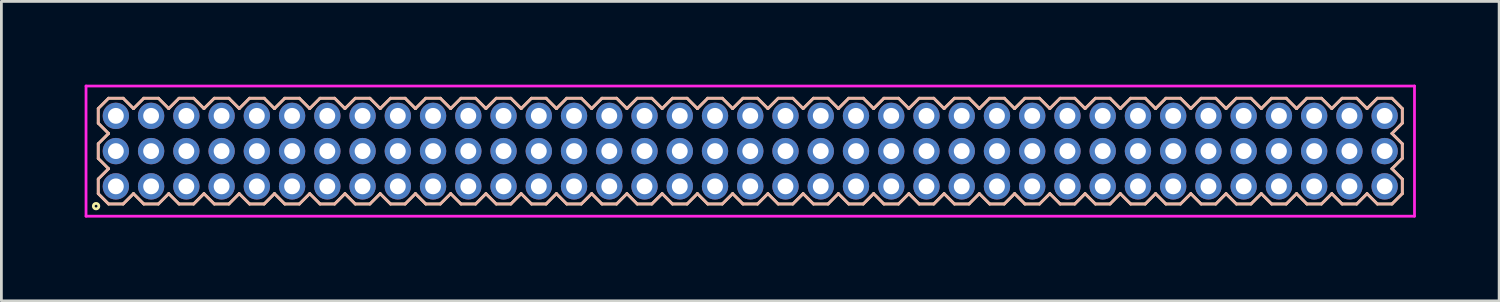
<source format=kicad_pcb>
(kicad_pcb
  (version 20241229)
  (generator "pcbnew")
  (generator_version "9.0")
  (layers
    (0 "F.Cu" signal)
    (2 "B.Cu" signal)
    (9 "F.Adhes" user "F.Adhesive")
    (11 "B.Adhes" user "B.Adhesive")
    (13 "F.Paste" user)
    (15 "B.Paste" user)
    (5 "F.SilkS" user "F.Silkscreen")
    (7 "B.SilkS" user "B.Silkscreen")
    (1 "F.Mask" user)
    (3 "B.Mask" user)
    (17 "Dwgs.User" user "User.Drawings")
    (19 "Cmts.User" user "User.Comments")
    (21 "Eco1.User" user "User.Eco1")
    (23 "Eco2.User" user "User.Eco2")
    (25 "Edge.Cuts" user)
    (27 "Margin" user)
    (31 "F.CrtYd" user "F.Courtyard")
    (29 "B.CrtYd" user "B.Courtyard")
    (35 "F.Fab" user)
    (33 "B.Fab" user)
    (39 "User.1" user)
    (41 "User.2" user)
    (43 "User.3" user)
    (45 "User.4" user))
  (footprint "HDR127P37x3"
    (layer "F.Cu")
    (at 23.985 2.395)
    (property "Reference" "HDR127P37x3" (at 0 0 0) (layer "User.1") (effects (font (size 1 1) (thickness 0.1))))
    (attr through_hole)
    (fp_line (start -23.495 -1.533) (end -23.123 -1.905) (stroke (width 0.1) (type solid)) (layer "F.SilkS"))
    (fp_line (start -23.495 -1.007) (end -23.495 -1.533) (stroke (width 0.1) (type solid)) (layer "F.SilkS"))
    (fp_line (start -23.495 -0.263) (end -23.123 -0.635) (stroke (width 0.1) (type solid)) (layer "F.SilkS"))
    (fp_line (start -23.495 0.263) (end -23.495 -0.263) (stroke (width 0.1) (type solid)) (layer "F.SilkS"))
    (fp_line (start -23.495 1.007) (end -23.123 0.635) (stroke (width 0.1) (type solid)) (layer "F.SilkS"))
    (fp_line (start -23.495 1.533) (end -23.495 1.007) (stroke (width 0.1) (type solid)) (layer "F.SilkS"))
    (fp_line (start -23.123 -1.905) (end -22.597 -1.905) (stroke (width 0.1) (type solid)) (layer "F.SilkS"))
    (fp_line (start -23.123 -0.635) (end -23.495 -1.007) (stroke (width 0.1) (type solid)) (layer "F.SilkS"))
    (fp_line (start -23.123 0.635) (end -23.495 0.263) (stroke (width 0.1) (type solid)) (layer "F.SilkS"))
    (fp_line (start -23.123 1.905) (end -23.495 1.533) (stroke (width 0.1) (type solid)) (layer "F.SilkS"))
    (fp_line (start -22.597 -1.905) (end -22.225 -1.533) (stroke (width 0.1) (type solid)) (layer "F.SilkS"))
    (fp_line (start -22.597 1.905) (end -23.123 1.905) (stroke (width 0.1) (type solid)) (layer "F.SilkS"))
    (fp_line (start -22.225 -1.533) (end -21.853 -1.905) (stroke (width 0.1) (type solid)) (layer "F.SilkS"))
    (fp_line (start -22.225 1.533) (end -22.597 1.905) (stroke (width 0.1) (type solid)) (layer "F.SilkS"))
    (fp_line (start -21.853 -1.905) (end -21.327 -1.905) (stroke (width 0.1) (type solid)) (layer "F.SilkS"))
    (fp_line (start -21.853 1.905) (end -22.225 1.533) (stroke (width 0.1) (type solid)) (layer "F.SilkS"))
    (fp_line (start -21.327 -1.905) (end -20.955 -1.533) (stroke (width 0.1) (type solid)) (layer "F.SilkS"))
    (fp_line (start -21.327 1.905) (end -21.853 1.905) (stroke (width 0.1) (type solid)) (layer "F.SilkS"))
    (fp_line (start -20.955 -1.533) (end -20.583 -1.905) (stroke (width 0.1) (type solid)) (layer "F.SilkS"))
    (fp_line (start -20.955 1.533) (end -21.327 1.905) (stroke (width 0.1) (type solid)) (layer "F.SilkS"))
    (fp_line (start -20.583 -1.905) (end -20.057 -1.905) (stroke (width 0.1) (type solid)) (layer "F.SilkS"))
    (fp_line (start -20.583 1.905) (end -20.955 1.533) (stroke (width 0.1) (type solid)) (layer "F.SilkS"))
    (fp_line (start -20.057 -1.905) (end -19.685 -1.533) (stroke (width 0.1) (type solid)) (layer "F.SilkS"))
    (fp_line (start -20.057 1.905) (end -20.583 1.905) (stroke (width 0.1) (type solid)) (layer "F.SilkS"))
    (fp_line (start -19.685 -1.533) (end -19.313 -1.905) (stroke (width 0.1) (type solid)) (layer "F.SilkS"))
    (fp_line (start -19.685 1.533) (end -20.057 1.905) (stroke (width 0.1) (type solid)) (layer "F.SilkS"))
    (fp_line (start -19.313 -1.905) (end -18.787 -1.905) (stroke (width 0.1) (type solid)) (layer "F.SilkS"))
    (fp_line (start -19.313 1.905) (end -19.685 1.533) (stroke (width 0.1) (type solid)) (layer "F.SilkS"))
    (fp_line (start -18.787 -1.905) (end -18.415 -1.533) (stroke (width 0.1) (type solid)) (layer "F.SilkS"))
    (fp_line (start -18.787 1.905) (end -19.313 1.905) (stroke (width 0.1) (type solid)) (layer "F.SilkS"))
    (fp_line (start -18.415 -1.533) (end -18.043 -1.905) (stroke (width 0.1) (type solid)) (layer "F.SilkS"))
    (fp_line (start -18.415 1.533) (end -18.787 1.905) (stroke (width 0.1) (type solid)) (layer "F.SilkS"))
    (fp_line (start -18.043 -1.905) (end -17.517 -1.905) (stroke (width 0.1) (type solid)) (layer "F.SilkS"))
    (fp_line (start -18.043 1.905) (end -18.415 1.533) (stroke (width 0.1) (type solid)) (layer "F.SilkS"))
    (fp_line (start -17.517 -1.905) (end -17.145 -1.533) (stroke (width 0.1) (type solid)) (layer "F.SilkS"))
    (fp_line (start -17.517 1.905) (end -18.043 1.905) (stroke (width 0.1) (type solid)) (layer "F.SilkS"))
    (fp_line (start -17.145 -1.533) (end -16.773 -1.905) (stroke (width 0.1) (type solid)) (layer "F.SilkS"))
    (fp_line (start -17.145 1.533) (end -17.517 1.905) (stroke (width 0.1) (type solid)) (layer "F.SilkS"))
    (fp_line (start -16.773 -1.905) (end -16.247 -1.905) (stroke (width 0.1) (type solid)) (layer "F.SilkS"))
    (fp_line (start -16.773 1.905) (end -17.145 1.533) (stroke (width 0.1) (type solid)) (layer "F.SilkS"))
    (fp_line (start -16.247 -1.905) (end -15.875 -1.533) (stroke (width 0.1) (type solid)) (layer "F.SilkS"))
    (fp_line (start -16.247 1.905) (end -16.773 1.905) (stroke (width 0.1) (type solid)) (layer "F.SilkS"))
    (fp_line (start -15.875 -1.533) (end -15.503 -1.905) (stroke (width 0.1) (type solid)) (layer "F.SilkS"))
    (fp_line (start -15.875 1.533) (end -16.247 1.905) (stroke (width 0.1) (type solid)) (layer "F.SilkS"))
    (fp_line (start -15.503 -1.905) (end -14.977 -1.905) (stroke (width 0.1) (type solid)) (layer "F.SilkS"))
    (fp_line (start -15.503 1.905) (end -15.875 1.533) (stroke (width 0.1) (type solid)) (layer "F.SilkS"))
    (fp_line (start -14.977 -1.905) (end -14.605 -1.533) (stroke (width 0.1) (type solid)) (layer "F.SilkS"))
    (fp_line (start -14.977 1.905) (end -15.503 1.905) (stroke (width 0.1) (type solid)) (layer "F.SilkS"))
    (fp_line (start -14.605 -1.533) (end -14.233 -1.905) (stroke (width 0.1) (type solid)) (layer "F.SilkS"))
    (fp_line (start -14.605 1.533) (end -14.977 1.905) (stroke (width 0.1) (type solid)) (layer "F.SilkS"))
    (fp_line (start -14.233 -1.905) (end -13.707 -1.905) (stroke (width 0.1) (type solid)) (layer "F.SilkS"))
    (fp_line (start -14.233 1.905) (end -14.605 1.533) (stroke (width 0.1) (type solid)) (layer "F.SilkS"))
    (fp_line (start -13.707 -1.905) (end -13.335 -1.533) (stroke (width 0.1) (type solid)) (layer "F.SilkS"))
    (fp_line (start -13.707 1.905) (end -14.233 1.905) (stroke (width 0.1) (type solid)) (layer "F.SilkS"))
    (fp_line (start -13.335 -1.533) (end -12.963 -1.905) (stroke (width 0.1) (type solid)) (layer "F.SilkS"))
    (fp_line (start -13.335 1.533) (end -13.707 1.905) (stroke (width 0.1) (type solid)) (layer "F.SilkS"))
    (fp_line (start -12.963 -1.905) (end -12.437 -1.905) (stroke (width 0.1) (type solid)) (layer "F.SilkS"))
    (fp_line (start -12.963 1.905) (end -13.335 1.533) (stroke (width 0.1) (type solid)) (layer "F.SilkS"))
    (fp_line (start -12.437 -1.905) (end -12.065 -1.533) (stroke (width 0.1) (type solid)) (layer "F.SilkS"))
    (fp_line (start -12.437 1.905) (end -12.963 1.905) (stroke (width 0.1) (type solid)) (layer "F.SilkS"))
    (fp_line (start -12.065 -1.533) (end -11.693 -1.905) (stroke (width 0.1) (type solid)) (layer "F.SilkS"))
    (fp_line (start -12.065 1.533) (end -12.437 1.905) (stroke (width 0.1) (type solid)) (layer "F.SilkS"))
    (fp_line (start -11.693 -1.905) (end -11.167 -1.905) (stroke (width 0.1) (type solid)) (layer "F.SilkS"))
    (fp_line (start -11.693 1.905) (end -12.065 1.533) (stroke (width 0.1) (type solid)) (layer "F.SilkS"))
    (fp_line (start -11.167 -1.905) (end -10.795 -1.533) (stroke (width 0.1) (type solid)) (layer "F.SilkS"))
    (fp_line (start -11.167 1.905) (end -11.693 1.905) (stroke (width 0.1) (type solid)) (layer "F.SilkS"))
    (fp_line (start -10.795 -1.533) (end -10.423 -1.905) (stroke (width 0.1) (type solid)) (layer "F.SilkS"))
    (fp_line (start -10.795 1.533) (end -11.167 1.905) (stroke (width 0.1) (type solid)) (layer "F.SilkS"))
    (fp_line (start -10.423 -1.905) (end -9.897 -1.905) (stroke (width 0.1) (type solid)) (layer "F.SilkS"))
    (fp_line (start -10.423 1.905) (end -10.795 1.533) (stroke (width 0.1) (type solid)) (layer "F.SilkS"))
    (fp_line (start -9.897 -1.905) (end -9.525 -1.533) (stroke (width 0.1) (type solid)) (layer "F.SilkS"))
    (fp_line (start -9.897 1.905) (end -10.423 1.905) (stroke (width 0.1) (type solid)) (layer "F.SilkS"))
    (fp_line (start -9.525 -1.533) (end -9.153 -1.905) (stroke (width 0.1) (type solid)) (layer "F.SilkS"))
    (fp_line (start -9.525 1.533) (end -9.897 1.905) (stroke (width 0.1) (type solid)) (layer "F.SilkS"))
    (fp_line (start -9.153 -1.905) (end -8.627 -1.905) (stroke (width 0.1) (type solid)) (layer "F.SilkS"))
    (fp_line (start -9.153 1.905) (end -9.525 1.533) (stroke (width 0.1) (type solid)) (layer "F.SilkS"))
    (fp_line (start -8.627 -1.905) (end -8.255 -1.533) (stroke (width 0.1) (type solid)) (layer "F.SilkS"))
    (fp_line (start -8.627 1.905) (end -9.153 1.905) (stroke (width 0.1) (type solid)) (layer "F.SilkS"))
    (fp_line (start -8.255 -1.533) (end -7.883 -1.905) (stroke (width 0.1) (type solid)) (layer "F.SilkS"))
    (fp_line (start -8.255 1.533) (end -8.627 1.905) (stroke (width 0.1) (type solid)) (layer "F.SilkS"))
    (fp_line (start -7.883 -1.905) (end -7.357 -1.905) (stroke (width 0.1) (type solid)) (layer "F.SilkS"))
    (fp_line (start -7.883 1.905) (end -8.255 1.533) (stroke (width 0.1) (type solid)) (layer "F.SilkS"))
    (fp_line (start -7.357 -1.905) (end -6.985 -1.533) (stroke (width 0.1) (type solid)) (layer "F.SilkS"))
    (fp_line (start -7.357 1.905) (end -7.883 1.905) (stroke (width 0.1) (type solid)) (layer "F.SilkS"))
    (fp_line (start -6.985 -1.533) (end -6.613 -1.905) (stroke (width 0.1) (type solid)) (layer "F.SilkS"))
    (fp_line (start -6.985 1.533) (end -7.357 1.905) (stroke (width 0.1) (type solid)) (layer "F.SilkS"))
    (fp_line (start -6.613 -1.905) (end -6.087 -1.905) (stroke (width 0.1) (type solid)) (layer "F.SilkS"))
    (fp_line (start -6.613 1.905) (end -6.985 1.533) (stroke (width 0.1) (type solid)) (layer "F.SilkS"))
    (fp_line (start -6.087 -1.905) (end -5.715 -1.533) (stroke (width 0.1) (type solid)) (layer "F.SilkS"))
    (fp_line (start -6.087 1.905) (end -6.613 1.905) (stroke (width 0.1) (type solid)) (layer "F.SilkS"))
    (fp_line (start -5.715 -1.533) (end -5.343 -1.905) (stroke (width 0.1) (type solid)) (layer "F.SilkS"))
    (fp_line (start -5.715 1.533) (end -6.087 1.905) (stroke (width 0.1) (type solid)) (layer "F.SilkS"))
    (fp_line (start -5.343 -1.905) (end -4.817 -1.905) (stroke (width 0.1) (type solid)) (layer "F.SilkS"))
    (fp_line (start -5.343 1.905) (end -5.715 1.533) (stroke (width 0.1) (type solid)) (layer "F.SilkS"))
    (fp_line (start -4.817 -1.905) (end -4.445 -1.533) (stroke (width 0.1) (type solid)) (layer "F.SilkS"))
    (fp_line (start -4.817 1.905) (end -5.343 1.905) (stroke (width 0.1) (type solid)) (layer "F.SilkS"))
    (fp_line (start -4.445 -1.533) (end -4.073 -1.905) (stroke (width 0.1) (type solid)) (layer "F.SilkS"))
    (fp_line (start -4.445 1.533) (end -4.817 1.905) (stroke (width 0.1) (type solid)) (layer "F.SilkS"))
    (fp_line (start -4.073 -1.905) (end -3.547 -1.905) (stroke (width 0.1) (type solid)) (layer "F.SilkS"))
    (fp_line (start -4.073 1.905) (end -4.445 1.533) (stroke (width 0.1) (type solid)) (layer "F.SilkS"))
    (fp_line (start -3.547 -1.905) (end -3.175 -1.533) (stroke (width 0.1) (type solid)) (layer "F.SilkS"))
    (fp_line (start -3.547 1.905) (end -4.073 1.905) (stroke (width 0.1) (type solid)) (layer "F.SilkS"))
    (fp_line (start -3.175 -1.533) (end -2.803 -1.905) (stroke (width 0.1) (type solid)) (layer "F.SilkS"))
    (fp_line (start -3.175 1.533) (end -3.547 1.905) (stroke (width 0.1) (type solid)) (layer "F.SilkS"))
    (fp_line (start -2.803 -1.905) (end -2.277 -1.905) (stroke (width 0.1) (type solid)) (layer "F.SilkS"))
    (fp_line (start -2.803 1.905) (end -3.175 1.533) (stroke (width 0.1) (type solid)) (layer "F.SilkS"))
    (fp_line (start -2.277 -1.905) (end -1.905 -1.533) (stroke (width 0.1) (type solid)) (layer "F.SilkS"))
    (fp_line (start -2.277 1.905) (end -2.803 1.905) (stroke (width 0.1) (type solid)) (layer "F.SilkS"))
    (fp_line (start -1.905 -1.533) (end -1.533 -1.905) (stroke (width 0.1) (type solid)) (layer "F.SilkS"))
    (fp_line (start -1.905 1.533) (end -2.277 1.905) (stroke (width 0.1) (type solid)) (layer "F.SilkS"))
    (fp_line (start -1.533 -1.905) (end -1.007 -1.905) (stroke (width 0.1) (type solid)) (layer "F.SilkS"))
    (fp_line (start -1.533 1.905) (end -1.905 1.533) (stroke (width 0.1) (type solid)) (layer "F.SilkS"))
    (fp_line (start -1.007 -1.905) (end -0.635 -1.533) (stroke (width 0.1) (type solid)) (layer "F.SilkS"))
    (fp_line (start -1.007 1.905) (end -1.533 1.905) (stroke (width 0.1) (type solid)) (layer "F.SilkS"))
    (fp_line (start -0.635 -1.533) (end -0.263 -1.905) (stroke (width 0.1) (type solid)) (layer "F.SilkS"))
    (fp_line (start -0.635 1.533) (end -1.007 1.905) (stroke (width 0.1) (type solid)) (layer "F.SilkS"))
    (fp_line (start -0.263 -1.905) (end 0.263 -1.905) (stroke (width 0.1) (type solid)) (layer "F.SilkS"))
    (fp_line (start -0.263 1.905) (end -0.635 1.533) (stroke (width 0.1) (type solid)) (layer "F.SilkS"))
    (fp_line (start 0.263 -1.905) (end 0.635 -1.533) (stroke (width 0.1) (type solid)) (layer "F.SilkS"))
    (fp_line (start 0.263 1.905) (end -0.263 1.905) (stroke (width 0.1) (type solid)) (layer "F.SilkS"))
    (fp_line (start 0.635 -1.533) (end 1.007 -1.905) (stroke (width 0.1) (type solid)) (layer "F.SilkS"))
    (fp_line (start 0.635 1.533) (end 0.263 1.905) (stroke (width 0.1) (type solid)) (layer "F.SilkS"))
    (fp_line (start 1.007 -1.905) (end 1.533 -1.905) (stroke (width 0.1) (type solid)) (layer "F.SilkS"))
    (fp_line (start 1.007 1.905) (end 0.635 1.533) (stroke (width 0.1) (type solid)) (layer "F.SilkS"))
    (fp_line (start 1.533 -1.905) (end 1.905 -1.533) (stroke (width 0.1) (type solid)) (layer "F.SilkS"))
    (fp_line (start 1.533 1.905) (end 1.007 1.905) (stroke (width 0.1) (type solid)) (layer "F.SilkS"))
    (fp_line (start 1.905 -1.533) (end 2.277 -1.905) (stroke (width 0.1) (type solid)) (layer "F.SilkS"))
    (fp_line (start 1.905 1.533) (end 1.533 1.905) (stroke (width 0.1) (type solid)) (layer "F.SilkS"))
    (fp_line (start 2.277 -1.905) (end 2.803 -1.905) (stroke (width 0.1) (type solid)) (layer "F.SilkS"))
    (fp_line (start 2.277 1.905) (end 1.905 1.533) (stroke (width 0.1) (type solid)) (layer "F.SilkS"))
    (fp_line (start 2.803 -1.905) (end 3.175 -1.533) (stroke (width 0.1) (type solid)) (layer "F.SilkS"))
    (fp_line (start 2.803 1.905) (end 2.277 1.905) (stroke (width 0.1) (type solid)) (layer "F.SilkS"))
    (fp_line (start 3.175 -1.533) (end 3.547 -1.905) (stroke (width 0.1) (type solid)) (layer "F.SilkS"))
    (fp_line (start 3.175 1.533) (end 2.803 1.905) (stroke (width 0.1) (type solid)) (layer "F.SilkS"))
    (fp_line (start 3.547 -1.905) (end 4.073 -1.905) (stroke (width 0.1) (type solid)) (layer "F.SilkS"))
    (fp_line (start 3.547 1.905) (end 3.175 1.533) (stroke (width 0.1) (type solid)) (layer "F.SilkS"))
    (fp_line (start 4.073 -1.905) (end 4.445 -1.533) (stroke (width 0.1) (type solid)) (layer "F.SilkS"))
    (fp_line (start 4.073 1.905) (end 3.547 1.905) (stroke (width 0.1) (type solid)) (layer "F.SilkS"))
    (fp_line (start 4.445 -1.533) (end 4.817 -1.905) (stroke (width 0.1) (type solid)) (layer "F.SilkS"))
    (fp_line (start 4.445 1.533) (end 4.073 1.905) (stroke (width 0.1) (type solid)) (layer "F.SilkS"))
    (fp_line (start 4.817 -1.905) (end 5.343 -1.905) (stroke (width 0.1) (type solid)) (layer "F.SilkS"))
    (fp_line (start 4.817 1.905) (end 4.445 1.533) (stroke (width 0.1) (type solid)) (layer "F.SilkS"))
    (fp_line (start 5.343 -1.905) (end 5.715 -1.533) (stroke (width 0.1) (type solid)) (layer "F.SilkS"))
    (fp_line (start 5.343 1.905) (end 4.817 1.905) (stroke (width 0.1) (type solid)) (layer "F.SilkS"))
    (fp_line (start 5.715 -1.533) (end 6.087 -1.905) (stroke (width 0.1) (type solid)) (layer "F.SilkS"))
    (fp_line (start 5.715 1.533) (end 5.343 1.905) (stroke (width 0.1) (type solid)) (layer "F.SilkS"))
    (fp_line (start 6.087 -1.905) (end 6.613 -1.905) (stroke (width 0.1) (type solid)) (layer "F.SilkS"))
    (fp_line (start 6.087 1.905) (end 5.715 1.533) (stroke (width 0.1) (type solid)) (layer "F.SilkS"))
    (fp_line (start 6.613 -1.905) (end 6.985 -1.533) (stroke (width 0.1) (type solid)) (layer "F.SilkS"))
    (fp_line (start 6.613 1.905) (end 6.087 1.905) (stroke (width 0.1) (type solid)) (layer "F.SilkS"))
    (fp_line (start 6.985 -1.533) (end 7.357 -1.905) (stroke (width 0.1) (type solid)) (layer "F.SilkS"))
    (fp_line (start 6.985 1.533) (end 6.613 1.905) (stroke (width 0.1) (type solid)) (layer "F.SilkS"))
    (fp_line (start 7.357 -1.905) (end 7.883 -1.905) (stroke (width 0.1) (type solid)) (layer "F.SilkS"))
    (fp_line (start 7.357 1.905) (end 6.985 1.533) (stroke (width 0.1) (type solid)) (layer "F.SilkS"))
    (fp_line (start 7.883 -1.905) (end 8.255 -1.533) (stroke (width 0.1) (type solid)) (layer "F.SilkS"))
    (fp_line (start 7.883 1.905) (end 7.357 1.905) (stroke (width 0.1) (type solid)) (layer "F.SilkS"))
    (fp_line (start 8.255 -1.533) (end 8.627 -1.905) (stroke (width 0.1) (type solid)) (layer "F.SilkS"))
    (fp_line (start 8.255 1.533) (end 7.883 1.905) (stroke (width 0.1) (type solid)) (layer "F.SilkS"))
    (fp_line (start 8.627 -1.905) (end 9.153 -1.905) (stroke (width 0.1) (type solid)) (layer "F.SilkS"))
    (fp_line (start 8.627 1.905) (end 8.255 1.533) (stroke (width 0.1) (type solid)) (layer "F.SilkS"))
    (fp_line (start 9.153 -1.905) (end 9.525 -1.533) (stroke (width 0.1) (type solid)) (layer "F.SilkS"))
    (fp_line (start 9.153 1.905) (end 8.627 1.905) (stroke (width 0.1) (type solid)) (layer "F.SilkS"))
    (fp_line (start 9.525 -1.533) (end 9.897 -1.905) (stroke (width 0.1) (type solid)) (layer "F.SilkS"))
    (fp_line (start 9.525 1.533) (end 9.153 1.905) (stroke (width 0.1) (type solid)) (layer "F.SilkS"))
    (fp_line (start 9.897 -1.905) (end 10.423 -1.905) (stroke (width 0.1) (type solid)) (layer "F.SilkS"))
    (fp_line (start 9.897 1.905) (end 9.525 1.533) (stroke (width 0.1) (type solid)) (layer "F.SilkS"))
    (fp_line (start 10.423 -1.905) (end 10.795 -1.533) (stroke (width 0.1) (type solid)) (layer "F.SilkS"))
    (fp_line (start 10.423 1.905) (end 9.897 1.905) (stroke (width 0.1) (type solid)) (layer "F.SilkS"))
    (fp_line (start 10.795 -1.533) (end 11.167 -1.905) (stroke (width 0.1) (type solid)) (layer "F.SilkS"))
    (fp_line (start 10.795 1.533) (end 10.423 1.905) (stroke (width 0.1) (type solid)) (layer "F.SilkS"))
    (fp_line (start 11.167 -1.905) (end 11.693 -1.905) (stroke (width 0.1) (type solid)) (layer "F.SilkS"))
    (fp_line (start 11.167 1.905) (end 10.795 1.533) (stroke (width 0.1) (type solid)) (layer "F.SilkS"))
    (fp_line (start 11.693 -1.905) (end 12.065 -1.533) (stroke (width 0.1) (type solid)) (layer "F.SilkS"))
    (fp_line (start 11.693 1.905) (end 11.167 1.905) (stroke (width 0.1) (type solid)) (layer "F.SilkS"))
    (fp_line (start 12.065 -1.533) (end 12.437 -1.905) (stroke (width 0.1) (type solid)) (layer "F.SilkS"))
    (fp_line (start 12.065 1.533) (end 11.693 1.905) (stroke (width 0.1) (type solid)) (layer "F.SilkS"))
    (fp_line (start 12.437 -1.905) (end 12.963 -1.905) (stroke (width 0.1) (type solid)) (layer "F.SilkS"))
    (fp_line (start 12.437 1.905) (end 12.065 1.533) (stroke (width 0.1) (type solid)) (layer "F.SilkS"))
    (fp_line (start 12.963 -1.905) (end 13.335 -1.533) (stroke (width 0.1) (type solid)) (layer "F.SilkS"))
    (fp_line (start 12.963 1.905) (end 12.437 1.905) (stroke (width 0.1) (type solid)) (layer "F.SilkS"))
    (fp_line (start 13.335 -1.533) (end 13.707 -1.905) (stroke (width 0.1) (type solid)) (layer "F.SilkS"))
    (fp_line (start 13.335 1.533) (end 12.963 1.905) (stroke (width 0.1) (type solid)) (layer "F.SilkS"))
    (fp_line (start 13.707 -1.905) (end 14.233 -1.905) (stroke (width 0.1) (type solid)) (layer "F.SilkS"))
    (fp_line (start 13.707 1.905) (end 13.335 1.533) (stroke (width 0.1) (type solid)) (layer "F.SilkS"))
    (fp_line (start 14.233 -1.905) (end 14.605 -1.533) (stroke (width 0.1) (type solid)) (layer "F.SilkS"))
    (fp_line (start 14.233 1.905) (end 13.707 1.905) (stroke (width 0.1) (type solid)) (layer "F.SilkS"))
    (fp_line (start 14.605 -1.533) (end 14.977 -1.905) (stroke (width 0.1) (type solid)) (layer "F.SilkS"))
    (fp_line (start 14.605 1.533) (end 14.233 1.905) (stroke (width 0.1) (type solid)) (layer "F.SilkS"))
    (fp_line (start 14.977 -1.905) (end 15.503 -1.905) (stroke (width 0.1) (type solid)) (layer "F.SilkS"))
    (fp_line (start 14.977 1.905) (end 14.605 1.533) (stroke (width 0.1) (type solid)) (layer "F.SilkS"))
    (fp_line (start 15.503 -1.905) (end 15.875 -1.533) (stroke (width 0.1) (type solid)) (layer "F.SilkS"))
    (fp_line (start 15.503 1.905) (end 14.977 1.905) (stroke (width 0.1) (type solid)) (layer "F.SilkS"))
    (fp_line (start 15.875 -1.533) (end 16.247 -1.905) (stroke (width 0.1) (type solid)) (layer "F.SilkS"))
    (fp_line (start 15.875 1.533) (end 15.503 1.905) (stroke (width 0.1) (type solid)) (layer "F.SilkS"))
    (fp_line (start 16.247 -1.905) (end 16.773 -1.905) (stroke (width 0.1) (type solid)) (layer "F.SilkS"))
    (fp_line (start 16.247 1.905) (end 15.875 1.533) (stroke (width 0.1) (type solid)) (layer "F.SilkS"))
    (fp_line (start 16.773 -1.905) (end 17.145 -1.533) (stroke (width 0.1) (type solid)) (layer "F.SilkS"))
    (fp_line (start 16.773 1.905) (end 16.247 1.905) (stroke (width 0.1) (type solid)) (layer "F.SilkS"))
    (fp_line (start 17.145 -1.533) (end 17.517 -1.905) (stroke (width 0.1) (type solid)) (layer "F.SilkS"))
    (fp_line (start 17.145 1.533) (end 16.773 1.905) (stroke (width 0.1) (type solid)) (layer "F.SilkS"))
    (fp_line (start 17.517 -1.905) (end 18.043 -1.905) (stroke (width 0.1) (type solid)) (layer "F.SilkS"))
    (fp_line (start 17.517 1.905) (end 17.145 1.533) (stroke (width 0.1) (type solid)) (layer "F.SilkS"))
    (fp_line (start 18.043 -1.905) (end 18.415 -1.533) (stroke (width 0.1) (type solid)) (layer "F.SilkS"))
    (fp_line (start 18.043 1.905) (end 17.517 1.905) (stroke (width 0.1) (type solid)) (layer "F.SilkS"))
    (fp_line (start 18.415 -1.533) (end 18.787 -1.905) (stroke (width 0.1) (type solid)) (layer "F.SilkS"))
    (fp_line (start 18.415 1.533) (end 18.043 1.905) (stroke (width 0.1) (type solid)) (layer "F.SilkS"))
    (fp_line (start 18.787 -1.905) (end 19.313 -1.905) (stroke (width 0.1) (type solid)) (layer "F.SilkS"))
    (fp_line (start 18.787 1.905) (end 18.415 1.533) (stroke (width 0.1) (type solid)) (layer "F.SilkS"))
    (fp_line (start 19.313 -1.905) (end 19.685 -1.533) (stroke (width 0.1) (type solid)) (layer "F.SilkS"))
    (fp_line (start 19.313 1.905) (end 18.787 1.905) (stroke (width 0.1) (type solid)) (layer "F.SilkS"))
    (fp_line (start 19.685 -1.533) (end 20.057 -1.905) (stroke (width 0.1) (type solid)) (layer "F.SilkS"))
    (fp_line (start 19.685 1.533) (end 19.313 1.905) (stroke (width 0.1) (type solid)) (layer "F.SilkS"))
    (fp_line (start 20.057 -1.905) (end 20.583 -1.905) (stroke (width 0.1) (type solid)) (layer "F.SilkS"))
    (fp_line (start 20.057 1.905) (end 19.685 1.533) (stroke (width 0.1) (type solid)) (layer "F.SilkS"))
    (fp_line (start 20.583 -1.905) (end 20.955 -1.533) (stroke (width 0.1) (type solid)) (layer "F.SilkS"))
    (fp_line (start 20.583 1.905) (end 20.057 1.905) (stroke (width 0.1) (type solid)) (layer "F.SilkS"))
    (fp_line (start 20.955 -1.533) (end 21.327 -1.905) (stroke (width 0.1) (type solid)) (layer "F.SilkS"))
    (fp_line (start 20.955 1.533) (end 20.583 1.905) (stroke (width 0.1) (type solid)) (layer "F.SilkS"))
    (fp_line (start 21.327 -1.905) (end 21.853 -1.905) (stroke (width 0.1) (type solid)) (layer "F.SilkS"))
    (fp_line (start 21.327 1.905) (end 20.955 1.533) (stroke (width 0.1) (type solid)) (layer "F.SilkS"))
    (fp_line (start 21.853 -1.905) (end 22.225 -1.533) (stroke (width 0.1) (type solid)) (layer "F.SilkS"))
    (fp_line (start 21.853 1.905) (end 21.327 1.905) (stroke (width 0.1) (type solid)) (layer "F.SilkS"))
    (fp_line (start 22.225 -1.533) (end 22.597 -1.905) (stroke (width 0.1) (type solid)) (layer "F.SilkS"))
    (fp_line (start 22.225 1.533) (end 21.853 1.905) (stroke (width 0.1) (type solid)) (layer "F.SilkS"))
    (fp_line (start 22.597 -1.905) (end 23.123 -1.905) (stroke (width 0.1) (type solid)) (layer "F.SilkS"))
    (fp_line (start 22.597 1.905) (end 22.225 1.533) (stroke (width 0.1) (type solid)) (layer "F.SilkS"))
    (fp_line (start 23.123 -1.905) (end 23.495 -1.533) (stroke (width 0.1) (type solid)) (layer "F.SilkS"))
    (fp_line (start 23.123 -0.635) (end 23.495 -0.263) (stroke (width 0.1) (type solid)) (layer "F.SilkS"))
    (fp_line (start 23.123 0.635) (end 23.495 1.007) (stroke (width 0.1) (type solid)) (layer "F.SilkS"))
    (fp_line (start 23.123 1.905) (end 22.597 1.905) (stroke (width 0.1) (type solid)) (layer "F.SilkS"))
    (fp_line (start 23.495 -1.533) (end 23.495 -1.007) (stroke (width 0.1) (type solid)) (layer "F.SilkS"))
    (fp_line (start 23.495 -1.007) (end 23.123 -0.635) (stroke (width 0.1) (type solid)) (layer "F.SilkS"))
    (fp_line (start 23.495 -0.263) (end 23.495 0.263) (stroke (width 0.1) (type solid)) (layer "F.SilkS"))
    (fp_line (start 23.495 0.263) (end 23.123 0.635) (stroke (width 0.1) (type solid)) (layer "F.SilkS"))
    (fp_line (start 23.495 1.007) (end 23.495 1.533) (stroke (width 0.1) (type solid)) (layer "F.SilkS"))
    (fp_line (start 23.495 1.533) (end 23.123 1.905) (stroke (width 0.1) (type solid)) (layer "F.SilkS"))
    (fp_circle (center -23.573 1.983) (end -23.473 1.983) (stroke (width 0.1) (type solid)) (fill no) (layer "F.SilkS"))
    (fp_line (start -23.495 -1.533) (end -23.123 -1.905) (stroke (width 0.1) (type solid)) (layer "B.SilkS"))
    (fp_line (start -23.495 -1.007) (end -23.495 -1.533) (stroke (width 0.1) (type solid)) (layer "B.SilkS"))
    (fp_line (start -23.495 -0.263) (end -23.123 -0.635) (stroke (width 0.1) (type solid)) (layer "B.SilkS"))
    (fp_line (start -23.495 0.263) (end -23.495 -0.263) (stroke (width 0.1) (type solid)) (layer "B.SilkS"))
    (fp_line (start -23.495 1.007) (end -23.123 0.635) (stroke (width 0.1) (type solid)) (layer "B.SilkS"))
    (fp_line (start -23.495 1.533) (end -23.495 1.007) (stroke (width 0.1) (type solid)) (layer "B.SilkS"))
    (fp_line (start -23.123 -1.905) (end -22.597 -1.905) (stroke (width 0.1) (type solid)) (layer "B.SilkS"))
    (fp_line (start -23.123 -0.635) (end -23.495 -1.007) (stroke (width 0.1) (type solid)) (layer "B.SilkS"))
    (fp_line (start -23.123 0.635) (end -23.495 0.263) (stroke (width 0.1) (type solid)) (layer "B.SilkS"))
    (fp_line (start -23.123 1.905) (end -23.495 1.533) (stroke (width 0.1) (type solid)) (layer "B.SilkS"))
    (fp_line (start -22.597 -1.905) (end -22.225 -1.533) (stroke (width 0.1) (type solid)) (layer "B.SilkS"))
    (fp_line (start -22.597 1.905) (end -23.123 1.905) (stroke (width 0.1) (type solid)) (layer "B.SilkS"))
    (fp_line (start -22.225 -1.533) (end -21.853 -1.905) (stroke (width 0.1) (type solid)) (layer "B.SilkS"))
    (fp_line (start -22.225 1.533) (end -22.597 1.905) (stroke (width 0.1) (type solid)) (layer "B.SilkS"))
    (fp_line (start -21.853 -1.905) (end -21.327 -1.905) (stroke (width 0.1) (type solid)) (layer "B.SilkS"))
    (fp_line (start -21.853 1.905) (end -22.225 1.533) (stroke (width 0.1) (type solid)) (layer "B.SilkS"))
    (fp_line (start -21.327 -1.905) (end -20.955 -1.533) (stroke (width 0.1) (type solid)) (layer "B.SilkS"))
    (fp_line (start -21.327 1.905) (end -21.853 1.905) (stroke (width 0.1) (type solid)) (layer "B.SilkS"))
    (fp_line (start -20.955 -1.533) (end -20.583 -1.905) (stroke (width 0.1) (type solid)) (layer "B.SilkS"))
    (fp_line (start -20.955 1.533) (end -21.327 1.905) (stroke (width 0.1) (type solid)) (layer "B.SilkS"))
    (fp_line (start -20.583 -1.905) (end -20.057 -1.905) (stroke (width 0.1) (type solid)) (layer "B.SilkS"))
    (fp_line (start -20.583 1.905) (end -20.955 1.533) (stroke (width 0.1) (type solid)) (layer "B.SilkS"))
    (fp_line (start -20.057 -1.905) (end -19.685 -1.533) (stroke (width 0.1) (type solid)) (layer "B.SilkS"))
    (fp_line (start -20.057 1.905) (end -20.583 1.905) (stroke (width 0.1) (type solid)) (layer "B.SilkS"))
    (fp_line (start -19.685 -1.533) (end -19.313 -1.905) (stroke (width 0.1) (type solid)) (layer "B.SilkS"))
    (fp_line (start -19.685 1.533) (end -20.057 1.905) (stroke (width 0.1) (type solid)) (layer "B.SilkS"))
    (fp_line (start -19.313 -1.905) (end -18.787 -1.905) (stroke (width 0.1) (type solid)) (layer "B.SilkS"))
    (fp_line (start -19.313 1.905) (end -19.685 1.533) (stroke (width 0.1) (type solid)) (layer "B.SilkS"))
    (fp_line (start -18.787 -1.905) (end -18.415 -1.533) (stroke (width 0.1) (type solid)) (layer "B.SilkS"))
    (fp_line (start -18.787 1.905) (end -19.313 1.905) (stroke (width 0.1) (type solid)) (layer "B.SilkS"))
    (fp_line (start -18.415 -1.533) (end -18.043 -1.905) (stroke (width 0.1) (type solid)) (layer "B.SilkS"))
    (fp_line (start -18.415 1.533) (end -18.787 1.905) (stroke (width 0.1) (type solid)) (layer "B.SilkS"))
    (fp_line (start -18.043 -1.905) (end -17.517 -1.905) (stroke (width 0.1) (type solid)) (layer "B.SilkS"))
    (fp_line (start -18.043 1.905) (end -18.415 1.533) (stroke (width 0.1) (type solid)) (layer "B.SilkS"))
    (fp_line (start -17.517 -1.905) (end -17.145 -1.533) (stroke (width 0.1) (type solid)) (layer "B.SilkS"))
    (fp_line (start -17.517 1.905) (end -18.043 1.905) (stroke (width 0.1) (type solid)) (layer "B.SilkS"))
    (fp_line (start -17.145 -1.533) (end -16.773 -1.905) (stroke (width 0.1) (type solid)) (layer "B.SilkS"))
    (fp_line (start -17.145 1.533) (end -17.517 1.905) (stroke (width 0.1) (type solid)) (layer "B.SilkS"))
    (fp_line (start -16.773 -1.905) (end -16.247 -1.905) (stroke (width 0.1) (type solid)) (layer "B.SilkS"))
    (fp_line (start -16.773 1.905) (end -17.145 1.533) (stroke (width 0.1) (type solid)) (layer "B.SilkS"))
    (fp_line (start -16.247 -1.905) (end -15.875 -1.533) (stroke (width 0.1) (type solid)) (layer "B.SilkS"))
    (fp_line (start -16.247 1.905) (end -16.773 1.905) (stroke (width 0.1) (type solid)) (layer "B.SilkS"))
    (fp_line (start -15.875 -1.533) (end -15.503 -1.905) (stroke (width 0.1) (type solid)) (layer "B.SilkS"))
    (fp_line (start -15.875 1.533) (end -16.247 1.905) (stroke (width 0.1) (type solid)) (layer "B.SilkS"))
    (fp_line (start -15.503 -1.905) (end -14.977 -1.905) (stroke (width 0.1) (type solid)) (layer "B.SilkS"))
    (fp_line (start -15.503 1.905) (end -15.875 1.533) (stroke (width 0.1) (type solid)) (layer "B.SilkS"))
    (fp_line (start -14.977 -1.905) (end -14.605 -1.533) (stroke (width 0.1) (type solid)) (layer "B.SilkS"))
    (fp_line (start -14.977 1.905) (end -15.503 1.905) (stroke (width 0.1) (type solid)) (layer "B.SilkS"))
    (fp_line (start -14.605 -1.533) (end -14.233 -1.905) (stroke (width 0.1) (type solid)) (layer "B.SilkS"))
    (fp_line (start -14.605 1.533) (end -14.977 1.905) (stroke (width 0.1) (type solid)) (layer "B.SilkS"))
    (fp_line (start -14.233 -1.905) (end -13.707 -1.905) (stroke (width 0.1) (type solid)) (layer "B.SilkS"))
    (fp_line (start -14.233 1.905) (end -14.605 1.533) (stroke (width 0.1) (type solid)) (layer "B.SilkS"))
    (fp_line (start -13.707 -1.905) (end -13.335 -1.533) (stroke (width 0.1) (type solid)) (layer "B.SilkS"))
    (fp_line (start -13.707 1.905) (end -14.233 1.905) (stroke (width 0.1) (type solid)) (layer "B.SilkS"))
    (fp_line (start -13.335 -1.533) (end -12.963 -1.905) (stroke (width 0.1) (type solid)) (layer "B.SilkS"))
    (fp_line (start -13.335 1.533) (end -13.707 1.905) (stroke (width 0.1) (type solid)) (layer "B.SilkS"))
    (fp_line (start -12.963 -1.905) (end -12.437 -1.905) (stroke (width 0.1) (type solid)) (layer "B.SilkS"))
    (fp_line (start -12.963 1.905) (end -13.335 1.533) (stroke (width 0.1) (type solid)) (layer "B.SilkS"))
    (fp_line (start -12.437 -1.905) (end -12.065 -1.533) (stroke (width 0.1) (type solid)) (layer "B.SilkS"))
    (fp_line (start -12.437 1.905) (end -12.963 1.905) (stroke (width 0.1) (type solid)) (layer "B.SilkS"))
    (fp_line (start -12.065 -1.533) (end -11.693 -1.905) (stroke (width 0.1) (type solid)) (layer "B.SilkS"))
    (fp_line (start -12.065 1.533) (end -12.437 1.905) (stroke (width 0.1) (type solid)) (layer "B.SilkS"))
    (fp_line (start -11.693 -1.905) (end -11.167 -1.905) (stroke (width 0.1) (type solid)) (layer "B.SilkS"))
    (fp_line (start -11.693 1.905) (end -12.065 1.533) (stroke (width 0.1) (type solid)) (layer "B.SilkS"))
    (fp_line (start -11.167 -1.905) (end -10.795 -1.533) (stroke (width 0.1) (type solid)) (layer "B.SilkS"))
    (fp_line (start -11.167 1.905) (end -11.693 1.905) (stroke (width 0.1) (type solid)) (layer "B.SilkS"))
    (fp_line (start -10.795 -1.533) (end -10.423 -1.905) (stroke (width 0.1) (type solid)) (layer "B.SilkS"))
    (fp_line (start -10.795 1.533) (end -11.167 1.905) (stroke (width 0.1) (type solid)) (layer "B.SilkS"))
    (fp_line (start -10.423 -1.905) (end -9.897 -1.905) (stroke (width 0.1) (type solid)) (layer "B.SilkS"))
    (fp_line (start -10.423 1.905) (end -10.795 1.533) (stroke (width 0.1) (type solid)) (layer "B.SilkS"))
    (fp_line (start -9.897 -1.905) (end -9.525 -1.533) (stroke (width 0.1) (type solid)) (layer "B.SilkS"))
    (fp_line (start -9.897 1.905) (end -10.423 1.905) (stroke (width 0.1) (type solid)) (layer "B.SilkS"))
    (fp_line (start -9.525 -1.533) (end -9.153 -1.905) (stroke (width 0.1) (type solid)) (layer "B.SilkS"))
    (fp_line (start -9.525 1.533) (end -9.897 1.905) (stroke (width 0.1) (type solid)) (layer "B.SilkS"))
    (fp_line (start -9.153 -1.905) (end -8.627 -1.905) (stroke (width 0.1) (type solid)) (layer "B.SilkS"))
    (fp_line (start -9.153 1.905) (end -9.525 1.533) (stroke (width 0.1) (type solid)) (layer "B.SilkS"))
    (fp_line (start -8.627 -1.905) (end -8.255 -1.533) (stroke (width 0.1) (type solid)) (layer "B.SilkS"))
    (fp_line (start -8.627 1.905) (end -9.153 1.905) (stroke (width 0.1) (type solid)) (layer "B.SilkS"))
    (fp_line (start -8.255 -1.533) (end -7.883 -1.905) (stroke (width 0.1) (type solid)) (layer "B.SilkS"))
    (fp_line (start -8.255 1.533) (end -8.627 1.905) (stroke (width 0.1) (type solid)) (layer "B.SilkS"))
    (fp_line (start -7.883 -1.905) (end -7.357 -1.905) (stroke (width 0.1) (type solid)) (layer "B.SilkS"))
    (fp_line (start -7.883 1.905) (end -8.255 1.533) (stroke (width 0.1) (type solid)) (layer "B.SilkS"))
    (fp_line (start -7.357 -1.905) (end -6.985 -1.533) (stroke (width 0.1) (type solid)) (layer "B.SilkS"))
    (fp_line (start -7.357 1.905) (end -7.883 1.905) (stroke (width 0.1) (type solid)) (layer "B.SilkS"))
    (fp_line (start -6.985 -1.533) (end -6.613 -1.905) (stroke (width 0.1) (type solid)) (layer "B.SilkS"))
    (fp_line (start -6.985 1.533) (end -7.357 1.905) (stroke (width 0.1) (type solid)) (layer "B.SilkS"))
    (fp_line (start -6.613 -1.905) (end -6.087 -1.905) (stroke (width 0.1) (type solid)) (layer "B.SilkS"))
    (fp_line (start -6.613 1.905) (end -6.985 1.533) (stroke (width 0.1) (type solid)) (layer "B.SilkS"))
    (fp_line (start -6.087 -1.905) (end -5.715 -1.533) (stroke (width 0.1) (type solid)) (layer "B.SilkS"))
    (fp_line (start -6.087 1.905) (end -6.613 1.905) (stroke (width 0.1) (type solid)) (layer "B.SilkS"))
    (fp_line (start -5.715 -1.533) (end -5.343 -1.905) (stroke (width 0.1) (type solid)) (layer "B.SilkS"))
    (fp_line (start -5.715 1.533) (end -6.087 1.905) (stroke (width 0.1) (type solid)) (layer "B.SilkS"))
    (fp_line (start -5.343 -1.905) (end -4.817 -1.905) (stroke (width 0.1) (type solid)) (layer "B.SilkS"))
    (fp_line (start -5.343 1.905) (end -5.715 1.533) (stroke (width 0.1) (type solid)) (layer "B.SilkS"))
    (fp_line (start -4.817 -1.905) (end -4.445 -1.533) (stroke (width 0.1) (type solid)) (layer "B.SilkS"))
    (fp_line (start -4.817 1.905) (end -5.343 1.905) (stroke (width 0.1) (type solid)) (layer "B.SilkS"))
    (fp_line (start -4.445 -1.533) (end -4.073 -1.905) (stroke (width 0.1) (type solid)) (layer "B.SilkS"))
    (fp_line (start -4.445 1.533) (end -4.817 1.905) (stroke (width 0.1) (type solid)) (layer "B.SilkS"))
    (fp_line (start -4.073 -1.905) (end -3.547 -1.905) (stroke (width 0.1) (type solid)) (layer "B.SilkS"))
    (fp_line (start -4.073 1.905) (end -4.445 1.533) (stroke (width 0.1) (type solid)) (layer "B.SilkS"))
    (fp_line (start -3.547 -1.905) (end -3.175 -1.533) (stroke (width 0.1) (type solid)) (layer "B.SilkS"))
    (fp_line (start -3.547 1.905) (end -4.073 1.905) (stroke (width 0.1) (type solid)) (layer "B.SilkS"))
    (fp_line (start -3.175 -1.533) (end -2.803 -1.905) (stroke (width 0.1) (type solid)) (layer "B.SilkS"))
    (fp_line (start -3.175 1.533) (end -3.547 1.905) (stroke (width 0.1) (type solid)) (layer "B.SilkS"))
    (fp_line (start -2.803 -1.905) (end -2.277 -1.905) (stroke (width 0.1) (type solid)) (layer "B.SilkS"))
    (fp_line (start -2.803 1.905) (end -3.175 1.533) (stroke (width 0.1) (type solid)) (layer "B.SilkS"))
    (fp_line (start -2.277 -1.905) (end -1.905 -1.533) (stroke (width 0.1) (type solid)) (layer "B.SilkS"))
    (fp_line (start -2.277 1.905) (end -2.803 1.905) (stroke (width 0.1) (type solid)) (layer "B.SilkS"))
    (fp_line (start -1.905 -1.533) (end -1.533 -1.905) (stroke (width 0.1) (type solid)) (layer "B.SilkS"))
    (fp_line (start -1.905 1.533) (end -2.277 1.905) (stroke (width 0.1) (type solid)) (layer "B.SilkS"))
    (fp_line (start -1.533 -1.905) (end -1.007 -1.905) (stroke (width 0.1) (type solid)) (layer "B.SilkS"))
    (fp_line (start -1.533 1.905) (end -1.905 1.533) (stroke (width 0.1) (type solid)) (layer "B.SilkS"))
    (fp_line (start -1.007 -1.905) (end -0.635 -1.533) (stroke (width 0.1) (type solid)) (layer "B.SilkS"))
    (fp_line (start -1.007 1.905) (end -1.533 1.905) (stroke (width 0.1) (type solid)) (layer "B.SilkS"))
    (fp_line (start -0.635 -1.533) (end -0.263 -1.905) (stroke (width 0.1) (type solid)) (layer "B.SilkS"))
    (fp_line (start -0.635 1.533) (end -1.007 1.905) (stroke (width 0.1) (type solid)) (layer "B.SilkS"))
    (fp_line (start -0.263 -1.905) (end 0.263 -1.905) (stroke (width 0.1) (type solid)) (layer "B.SilkS"))
    (fp_line (start -0.263 1.905) (end -0.635 1.533) (stroke (width 0.1) (type solid)) (layer "B.SilkS"))
    (fp_line (start 0.263 -1.905) (end 0.635 -1.533) (stroke (width 0.1) (type solid)) (layer "B.SilkS"))
    (fp_line (start 0.263 1.905) (end -0.263 1.905) (stroke (width 0.1) (type solid)) (layer "B.SilkS"))
    (fp_line (start 0.635 -1.533) (end 1.007 -1.905) (stroke (width 0.1) (type solid)) (layer "B.SilkS"))
    (fp_line (start 0.635 1.533) (end 0.263 1.905) (stroke (width 0.1) (type solid)) (layer "B.SilkS"))
    (fp_line (start 1.007 -1.905) (end 1.533 -1.905) (stroke (width 0.1) (type solid)) (layer "B.SilkS"))
    (fp_line (start 1.007 1.905) (end 0.635 1.533) (stroke (width 0.1) (type solid)) (layer "B.SilkS"))
    (fp_line (start 1.533 -1.905) (end 1.905 -1.533) (stroke (width 0.1) (type solid)) (layer "B.SilkS"))
    (fp_line (start 1.533 1.905) (end 1.007 1.905) (stroke (width 0.1) (type solid)) (layer "B.SilkS"))
    (fp_line (start 1.905 -1.533) (end 2.277 -1.905) (stroke (width 0.1) (type solid)) (layer "B.SilkS"))
    (fp_line (start 1.905 1.533) (end 1.533 1.905) (stroke (width 0.1) (type solid)) (layer "B.SilkS"))
    (fp_line (start 2.277 -1.905) (end 2.803 -1.905) (stroke (width 0.1) (type solid)) (layer "B.SilkS"))
    (fp_line (start 2.277 1.905) (end 1.905 1.533) (stroke (width 0.1) (type solid)) (layer "B.SilkS"))
    (fp_line (start 2.803 -1.905) (end 3.175 -1.533) (stroke (width 0.1) (type solid)) (layer "B.SilkS"))
    (fp_line (start 2.803 1.905) (end 2.277 1.905) (stroke (width 0.1) (type solid)) (layer "B.SilkS"))
    (fp_line (start 3.175 -1.533) (end 3.547 -1.905) (stroke (width 0.1) (type solid)) (layer "B.SilkS"))
    (fp_line (start 3.175 1.533) (end 2.803 1.905) (stroke (width 0.1) (type solid)) (layer "B.SilkS"))
    (fp_line (start 3.547 -1.905) (end 4.073 -1.905) (stroke (width 0.1) (type solid)) (layer "B.SilkS"))
    (fp_line (start 3.547 1.905) (end 3.175 1.533) (stroke (width 0.1) (type solid)) (layer "B.SilkS"))
    (fp_line (start 4.073 -1.905) (end 4.445 -1.533) (stroke (width 0.1) (type solid)) (layer "B.SilkS"))
    (fp_line (start 4.073 1.905) (end 3.547 1.905) (stroke (width 0.1) (type solid)) (layer "B.SilkS"))
    (fp_line (start 4.445 -1.533) (end 4.817 -1.905) (stroke (width 0.1) (type solid)) (layer "B.SilkS"))
    (fp_line (start 4.445 1.533) (end 4.073 1.905) (stroke (width 0.1) (type solid)) (layer "B.SilkS"))
    (fp_line (start 4.817 -1.905) (end 5.343 -1.905) (stroke (width 0.1) (type solid)) (layer "B.SilkS"))
    (fp_line (start 4.817 1.905) (end 4.445 1.533) (stroke (width 0.1) (type solid)) (layer "B.SilkS"))
    (fp_line (start 5.343 -1.905) (end 5.715 -1.533) (stroke (width 0.1) (type solid)) (layer "B.SilkS"))
    (fp_line (start 5.343 1.905) (end 4.817 1.905) (stroke (width 0.1) (type solid)) (layer "B.SilkS"))
    (fp_line (start 5.715 -1.533) (end 6.087 -1.905) (stroke (width 0.1) (type solid)) (layer "B.SilkS"))
    (fp_line (start 5.715 1.533) (end 5.343 1.905) (stroke (width 0.1) (type solid)) (layer "B.SilkS"))
    (fp_line (start 6.087 -1.905) (end 6.613 -1.905) (stroke (width 0.1) (type solid)) (layer "B.SilkS"))
    (fp_line (start 6.087 1.905) (end 5.715 1.533) (stroke (width 0.1) (type solid)) (layer "B.SilkS"))
    (fp_line (start 6.613 -1.905) (end 6.985 -1.533) (stroke (width 0.1) (type solid)) (layer "B.SilkS"))
    (fp_line (start 6.613 1.905) (end 6.087 1.905) (stroke (width 0.1) (type solid)) (layer "B.SilkS"))
    (fp_line (start 6.985 -1.533) (end 7.357 -1.905) (stroke (width 0.1) (type solid)) (layer "B.SilkS"))
    (fp_line (start 6.985 1.533) (end 6.613 1.905) (stroke (width 0.1) (type solid)) (layer "B.SilkS"))
    (fp_line (start 7.357 -1.905) (end 7.883 -1.905) (stroke (width 0.1) (type solid)) (layer "B.SilkS"))
    (fp_line (start 7.357 1.905) (end 6.985 1.533) (stroke (width 0.1) (type solid)) (layer "B.SilkS"))
    (fp_line (start 7.883 -1.905) (end 8.255 -1.533) (stroke (width 0.1) (type solid)) (layer "B.SilkS"))
    (fp_line (start 7.883 1.905) (end 7.357 1.905) (stroke (width 0.1) (type solid)) (layer "B.SilkS"))
    (fp_line (start 8.255 -1.533) (end 8.627 -1.905) (stroke (width 0.1) (type solid)) (layer "B.SilkS"))
    (fp_line (start 8.255 1.533) (end 7.883 1.905) (stroke (width 0.1) (type solid)) (layer "B.SilkS"))
    (fp_line (start 8.627 -1.905) (end 9.153 -1.905) (stroke (width 0.1) (type solid)) (layer "B.SilkS"))
    (fp_line (start 8.627 1.905) (end 8.255 1.533) (stroke (width 0.1) (type solid)) (layer "B.SilkS"))
    (fp_line (start 9.153 -1.905) (end 9.525 -1.533) (stroke (width 0.1) (type solid)) (layer "B.SilkS"))
    (fp_line (start 9.153 1.905) (end 8.627 1.905) (stroke (width 0.1) (type solid)) (layer "B.SilkS"))
    (fp_line (start 9.525 -1.533) (end 9.897 -1.905) (stroke (width 0.1) (type solid)) (layer "B.SilkS"))
    (fp_line (start 9.525 1.533) (end 9.153 1.905) (stroke (width 0.1) (type solid)) (layer "B.SilkS"))
    (fp_line (start 9.897 -1.905) (end 10.423 -1.905) (stroke (width 0.1) (type solid)) (layer "B.SilkS"))
    (fp_line (start 9.897 1.905) (end 9.525 1.533) (stroke (width 0.1) (type solid)) (layer "B.SilkS"))
    (fp_line (start 10.423 -1.905) (end 10.795 -1.533) (stroke (width 0.1) (type solid)) (layer "B.SilkS"))
    (fp_line (start 10.423 1.905) (end 9.897 1.905) (stroke (width 0.1) (type solid)) (layer "B.SilkS"))
    (fp_line (start 10.795 -1.533) (end 11.167 -1.905) (stroke (width 0.1) (type solid)) (layer "B.SilkS"))
    (fp_line (start 10.795 1.533) (end 10.423 1.905) (stroke (width 0.1) (type solid)) (layer "B.SilkS"))
    (fp_line (start 11.167 -1.905) (end 11.693 -1.905) (stroke (width 0.1) (type solid)) (layer "B.SilkS"))
    (fp_line (start 11.167 1.905) (end 10.795 1.533) (stroke (width 0.1) (type solid)) (layer "B.SilkS"))
    (fp_line (start 11.693 -1.905) (end 12.065 -1.533) (stroke (width 0.1) (type solid)) (layer "B.SilkS"))
    (fp_line (start 11.693 1.905) (end 11.167 1.905) (stroke (width 0.1) (type solid)) (layer "B.SilkS"))
    (fp_line (start 12.065 -1.533) (end 12.437 -1.905) (stroke (width 0.1) (type solid)) (layer "B.SilkS"))
    (fp_line (start 12.065 1.533) (end 11.693 1.905) (stroke (width 0.1) (type solid)) (layer "B.SilkS"))
    (fp_line (start 12.437 -1.905) (end 12.963 -1.905) (stroke (width 0.1) (type solid)) (layer "B.SilkS"))
    (fp_line (start 12.437 1.905) (end 12.065 1.533) (stroke (width 0.1) (type solid)) (layer "B.SilkS"))
    (fp_line (start 12.963 -1.905) (end 13.335 -1.533) (stroke (width 0.1) (type solid)) (layer "B.SilkS"))
    (fp_line (start 12.963 1.905) (end 12.437 1.905) (stroke (width 0.1) (type solid)) (layer "B.SilkS"))
    (fp_line (start 13.335 -1.533) (end 13.707 -1.905) (stroke (width 0.1) (type solid)) (layer "B.SilkS"))
    (fp_line (start 13.335 1.533) (end 12.963 1.905) (stroke (width 0.1) (type solid)) (layer "B.SilkS"))
    (fp_line (start 13.707 -1.905) (end 14.233 -1.905) (stroke (width 0.1) (type solid)) (layer "B.SilkS"))
    (fp_line (start 13.707 1.905) (end 13.335 1.533) (stroke (width 0.1) (type solid)) (layer "B.SilkS"))
    (fp_line (start 14.233 -1.905) (end 14.605 -1.533) (stroke (width 0.1) (type solid)) (layer "B.SilkS"))
    (fp_line (start 14.233 1.905) (end 13.707 1.905) (stroke (width 0.1) (type solid)) (layer "B.SilkS"))
    (fp_line (start 14.605 -1.533) (end 14.977 -1.905) (stroke (width 0.1) (type solid)) (layer "B.SilkS"))
    (fp_line (start 14.605 1.533) (end 14.233 1.905) (stroke (width 0.1) (type solid)) (layer "B.SilkS"))
    (fp_line (start 14.977 -1.905) (end 15.503 -1.905) (stroke (width 0.1) (type solid)) (layer "B.SilkS"))
    (fp_line (start 14.977 1.905) (end 14.605 1.533) (stroke (width 0.1) (type solid)) (layer "B.SilkS"))
    (fp_line (start 15.503 -1.905) (end 15.875 -1.533) (stroke (width 0.1) (type solid)) (layer "B.SilkS"))
    (fp_line (start 15.503 1.905) (end 14.977 1.905) (stroke (width 0.1) (type solid)) (layer "B.SilkS"))
    (fp_line (start 15.875 -1.533) (end 16.247 -1.905) (stroke (width 0.1) (type solid)) (layer "B.SilkS"))
    (fp_line (start 15.875 1.533) (end 15.503 1.905) (stroke (width 0.1) (type solid)) (layer "B.SilkS"))
    (fp_line (start 16.247 -1.905) (end 16.773 -1.905) (stroke (width 0.1) (type solid)) (layer "B.SilkS"))
    (fp_line (start 16.247 1.905) (end 15.875 1.533) (stroke (width 0.1) (type solid)) (layer "B.SilkS"))
    (fp_line (start 16.773 -1.905) (end 17.145 -1.533) (stroke (width 0.1) (type solid)) (layer "B.SilkS"))
    (fp_line (start 16.773 1.905) (end 16.247 1.905) (stroke (width 0.1) (type solid)) (layer "B.SilkS"))
    (fp_line (start 17.145 -1.533) (end 17.517 -1.905) (stroke (width 0.1) (type solid)) (layer "B.SilkS"))
    (fp_line (start 17.145 1.533) (end 16.773 1.905) (stroke (width 0.1) (type solid)) (layer "B.SilkS"))
    (fp_line (start 17.517 -1.905) (end 18.043 -1.905) (stroke (width 0.1) (type solid)) (layer "B.SilkS"))
    (fp_line (start 17.517 1.905) (end 17.145 1.533) (stroke (width 0.1) (type solid)) (layer "B.SilkS"))
    (fp_line (start 18.043 -1.905) (end 18.415 -1.533) (stroke (width 0.1) (type solid)) (layer "B.SilkS"))
    (fp_line (start 18.043 1.905) (end 17.517 1.905) (stroke (width 0.1) (type solid)) (layer "B.SilkS"))
    (fp_line (start 18.415 -1.533) (end 18.787 -1.905) (stroke (width 0.1) (type solid)) (layer "B.SilkS"))
    (fp_line (start 18.415 1.533) (end 18.043 1.905) (stroke (width 0.1) (type solid)) (layer "B.SilkS"))
    (fp_line (start 18.787 -1.905) (end 19.313 -1.905) (stroke (width 0.1) (type solid)) (layer "B.SilkS"))
    (fp_line (start 18.787 1.905) (end 18.415 1.533) (stroke (width 0.1) (type solid)) (layer "B.SilkS"))
    (fp_line (start 19.313 -1.905) (end 19.685 -1.533) (stroke (width 0.1) (type solid)) (layer "B.SilkS"))
    (fp_line (start 19.313 1.905) (end 18.787 1.905) (stroke (width 0.1) (type solid)) (layer "B.SilkS"))
    (fp_line (start 19.685 -1.533) (end 20.057 -1.905) (stroke (width 0.1) (type solid)) (layer "B.SilkS"))
    (fp_line (start 19.685 1.533) (end 19.313 1.905) (stroke (width 0.1) (type solid)) (layer "B.SilkS"))
    (fp_line (start 20.057 -1.905) (end 20.583 -1.905) (stroke (width 0.1) (type solid)) (layer "B.SilkS"))
    (fp_line (start 20.057 1.905) (end 19.685 1.533) (stroke (width 0.1) (type solid)) (layer "B.SilkS"))
    (fp_line (start 20.583 -1.905) (end 20.955 -1.533) (stroke (width 0.1) (type solid)) (layer "B.SilkS"))
    (fp_line (start 20.583 1.905) (end 20.057 1.905) (stroke (width 0.1) (type solid)) (layer "B.SilkS"))
    (fp_line (start 20.955 -1.533) (end 21.327 -1.905) (stroke (width 0.1) (type solid)) (layer "B.SilkS"))
    (fp_line (start 20.955 1.533) (end 20.583 1.905) (stroke (width 0.1) (type solid)) (layer "B.SilkS"))
    (fp_line (start 21.327 -1.905) (end 21.853 -1.905) (stroke (width 0.1) (type solid)) (layer "B.SilkS"))
    (fp_line (start 21.327 1.905) (end 20.955 1.533) (stroke (width 0.1) (type solid)) (layer "B.SilkS"))
    (fp_line (start 21.853 -1.905) (end 22.225 -1.533) (stroke (width 0.1) (type solid)) (layer "B.SilkS"))
    (fp_line (start 21.853 1.905) (end 21.327 1.905) (stroke (width 0.1) (type solid)) (layer "B.SilkS"))
    (fp_line (start 22.225 -1.533) (end 22.597 -1.905) (stroke (width 0.1) (type solid)) (layer "B.SilkS"))
    (fp_line (start 22.225 1.533) (end 21.853 1.905) (stroke (width 0.1) (type solid)) (layer "B.SilkS"))
    (fp_line (start 22.597 -1.905) (end 23.123 -1.905) (stroke (width 0.1) (type solid)) (layer "B.SilkS"))
    (fp_line (start 22.597 1.905) (end 22.225 1.533) (stroke (width 0.1) (type solid)) (layer "B.SilkS"))
    (fp_line (start 23.123 -1.905) (end 23.495 -1.533) (stroke (width 0.1) (type solid)) (layer "B.SilkS"))
    (fp_line (start 23.123 -0.635) (end 23.495 -0.263) (stroke (width 0.1) (type solid)) (layer "B.SilkS"))
    (fp_line (start 23.123 0.635) (end 23.495 1.007) (stroke (width 0.1) (type solid)) (layer "B.SilkS"))
    (fp_line (start 23.123 1.905) (end 22.597 1.905) (stroke (width 0.1) (type solid)) (layer "B.SilkS"))
    (fp_line (start 23.495 -1.533) (end 23.495 -1.007) (stroke (width 0.1) (type solid)) (layer "B.SilkS"))
    (fp_line (start 23.495 -1.007) (end 23.123 -0.635) (stroke (width 0.1) (type solid)) (layer "B.SilkS"))
    (fp_line (start 23.495 -0.263) (end 23.495 0.263) (stroke (width 0.1) (type solid)) (layer "B.SilkS"))
    (fp_line (start 23.495 0.263) (end 23.123 0.635) (stroke (width 0.1) (type solid)) (layer "B.SilkS"))
    (fp_line (start 23.495 1.007) (end 23.495 1.533) (stroke (width 0.1) (type solid)) (layer "B.SilkS"))
    (fp_line (start 23.495 1.533) (end 23.123 1.905) (stroke (width 0.1) (type solid)) (layer "B.SilkS"))
    (fp_line (start -23.935 -2.345) (end -23.935 2.345) (stroke (width 0.1) (type solid)) (layer "F.CrtYd"))
    (fp_line (start -23.935 2.345) (end 23.935 2.345) (stroke (width 0.1) (type solid)) (layer "F.CrtYd"))
    (fp_line (start 23.935 -2.345) (end -23.935 -2.345) (stroke (width 0.1) (type solid)) (layer "F.CrtYd"))
    (fp_line (start 23.935 2.345) (end 23.935 -2.345) (stroke (width 0.1) (type solid)) (layer "F.CrtYd"))
    (pad "1" thru_hole oval (at -22.86 1.27) (size 0.95 0.95) (drill 0.57) (layers "*.Cu" "*.Mask"))
    (pad "2" thru_hole oval (at -22.86 0) (size 0.95 0.95) (drill 0.57) (layers "*.Cu" "*.Mask"))
    (pad "3" thru_hole oval (at -22.86 -1.27) (size 0.95 0.95) (drill 0.57) (layers "*.Cu" "*.Mask"))
    (pad "4" thru_hole oval (at -21.59 1.27) (size 0.95 0.95) (drill 0.57) (layers "*.Cu" "*.Mask"))
    (pad "5" thru_hole oval (at -21.59 0) (size 0.95 0.95) (drill 0.57) (layers "*.Cu" "*.Mask"))
    (pad "6" thru_hole oval (at -21.59 -1.27) (size 0.95 0.95) (drill 0.57) (layers "*.Cu" "*.Mask"))
    (pad "7" thru_hole oval (at -20.32 1.27) (size 0.95 0.95) (drill 0.57) (layers "*.Cu" "*.Mask"))
    (pad "8" thru_hole oval (at -20.32 0) (size 0.95 0.95) (drill 0.57) (layers "*.Cu" "*.Mask"))
    (pad "9" thru_hole oval (at -20.32 -1.27) (size 0.95 0.95) (drill 0.57) (layers "*.Cu" "*.Mask"))
    (pad "10" thru_hole oval (at -19.05 1.27) (size 0.95 0.95) (drill 0.57) (layers "*.Cu" "*.Mask"))
    (pad "11" thru_hole oval (at -19.05 0) (size 0.95 0.95) (drill 0.57) (layers "*.Cu" "*.Mask"))
    (pad "12" thru_hole oval (at -19.05 -1.27) (size 0.95 0.95) (drill 0.57) (layers "*.Cu" "*.Mask"))
    (pad "13" thru_hole oval (at -17.78 1.27) (size 0.95 0.95) (drill 0.57) (layers "*.Cu" "*.Mask"))
    (pad "14" thru_hole oval (at -17.78 0) (size 0.95 0.95) (drill 0.57) (layers "*.Cu" "*.Mask"))
    (pad "15" thru_hole oval (at -17.78 -1.27) (size 0.95 0.95) (drill 0.57) (layers "*.Cu" "*.Mask"))
    (pad "16" thru_hole oval (at -16.51 1.27) (size 0.95 0.95) (drill 0.57) (layers "*.Cu" "*.Mask"))
    (pad "17" thru_hole oval (at -16.51 0) (size 0.95 0.95) (drill 0.57) (layers "*.Cu" "*.Mask"))
    (pad "18" thru_hole oval (at -16.51 -1.27) (size 0.95 0.95) (drill 0.57) (layers "*.Cu" "*.Mask"))
    (pad "19" thru_hole oval (at -15.24 1.27) (size 0.95 0.95) (drill 0.57) (layers "*.Cu" "*.Mask"))
    (pad "20" thru_hole oval (at -15.24 0) (size 0.95 0.95) (drill 0.57) (layers "*.Cu" "*.Mask"))
    (pad "21" thru_hole oval (at -15.24 -1.27) (size 0.95 0.95) (drill 0.57) (layers "*.Cu" "*.Mask"))
    (pad "22" thru_hole oval (at -13.97 1.27) (size 0.95 0.95) (drill 0.57) (layers "*.Cu" "*.Mask"))
    (pad "23" thru_hole oval (at -13.97 0) (size 0.95 0.95) (drill 0.57) (layers "*.Cu" "*.Mask"))
    (pad "24" thru_hole oval (at -13.97 -1.27) (size 0.95 0.95) (drill 0.57) (layers "*.Cu" "*.Mask"))
    (pad "25" thru_hole oval (at -12.7 1.27) (size 0.95 0.95) (drill 0.57) (layers "*.Cu" "*.Mask"))
    (pad "26" thru_hole oval (at -12.7 0) (size 0.95 0.95) (drill 0.57) (layers "*.Cu" "*.Mask"))
    (pad "27" thru_hole oval (at -12.7 -1.27) (size 0.95 0.95) (drill 0.57) (layers "*.Cu" "*.Mask"))
    (pad "28" thru_hole oval (at -11.43 1.27) (size 0.95 0.95) (drill 0.57) (layers "*.Cu" "*.Mask"))
    (pad "29" thru_hole oval (at -11.43 0) (size 0.95 0.95) (drill 0.57) (layers "*.Cu" "*.Mask"))
    (pad "30" thru_hole oval (at -11.43 -1.27) (size 0.95 0.95) (drill 0.57) (layers "*.Cu" "*.Mask"))
    (pad "31" thru_hole oval (at -10.16 1.27) (size 0.95 0.95) (drill 0.57) (layers "*.Cu" "*.Mask"))
    (pad "32" thru_hole oval (at -10.16 0) (size 0.95 0.95) (drill 0.57) (layers "*.Cu" "*.Mask"))
    (pad "33" thru_hole oval (at -10.16 -1.27) (size 0.95 0.95) (drill 0.57) (layers "*.Cu" "*.Mask"))
    (pad "34" thru_hole oval (at -8.89 1.27) (size 0.95 0.95) (drill 0.57) (layers "*.Cu" "*.Mask"))
    (pad "35" thru_hole oval (at -8.89 0) (size 0.95 0.95) (drill 0.57) (layers "*.Cu" "*.Mask"))
    (pad "36" thru_hole oval (at -8.89 -1.27) (size 0.95 0.95) (drill 0.57) (layers "*.Cu" "*.Mask"))
    (pad "37" thru_hole oval (at -7.62 1.27) (size 0.95 0.95) (drill 0.57) (layers "*.Cu" "*.Mask"))
    (pad "38" thru_hole oval (at -7.62 0) (size 0.95 0.95) (drill 0.57) (layers "*.Cu" "*.Mask"))
    (pad "39" thru_hole oval (at -7.62 -1.27) (size 0.95 0.95) (drill 0.57) (layers "*.Cu" "*.Mask"))
    (pad "40" thru_hole oval (at -6.35 1.27) (size 0.95 0.95) (drill 0.57) (layers "*.Cu" "*.Mask"))
    (pad "41" thru_hole oval (at -6.35 0) (size 0.95 0.95) (drill 0.57) (layers "*.Cu" "*.Mask"))
    (pad "42" thru_hole oval (at -6.35 -1.27) (size 0.95 0.95) (drill 0.57) (layers "*.Cu" "*.Mask"))
    (pad "43" thru_hole oval (at -5.08 1.27) (size 0.95 0.95) (drill 0.57) (layers "*.Cu" "*.Mask"))
    (pad "44" thru_hole oval (at -5.08 0) (size 0.95 0.95) (drill 0.57) (layers "*.Cu" "*.Mask"))
    (pad "45" thru_hole oval (at -5.08 -1.27) (size 0.95 0.95) (drill 0.57) (layers "*.Cu" "*.Mask"))
    (pad "46" thru_hole oval (at -3.81 1.27) (size 0.95 0.95) (drill 0.57) (layers "*.Cu" "*.Mask"))
    (pad "47" thru_hole oval (at -3.81 0) (size 0.95 0.95) (drill 0.57) (layers "*.Cu" "*.Mask"))
    (pad "48" thru_hole oval (at -3.81 -1.27) (size 0.95 0.95) (drill 0.57) (layers "*.Cu" "*.Mask"))
    (pad "49" thru_hole oval (at -2.54 1.27) (size 0.95 0.95) (drill 0.57) (layers "*.Cu" "*.Mask"))
    (pad "50" thru_hole oval (at -2.54 0) (size 0.95 0.95) (drill 0.57) (layers "*.Cu" "*.Mask"))
    (pad "51" thru_hole oval (at -2.54 -1.27) (size 0.95 0.95) (drill 0.57) (layers "*.Cu" "*.Mask"))
    (pad "52" thru_hole oval (at -1.27 1.27) (size 0.95 0.95) (drill 0.57) (layers "*.Cu" "*.Mask"))
    (pad "53" thru_hole oval (at -1.27 0) (size 0.95 0.95) (drill 0.57) (layers "*.Cu" "*.Mask"))
    (pad "54" thru_hole oval (at -1.27 -1.27) (size 0.95 0.95) (drill 0.57) (layers "*.Cu" "*.Mask"))
    (pad "55" thru_hole oval (at 0 1.27) (size 0.95 0.95) (drill 0.57) (layers "*.Cu" "*.Mask"))
    (pad "56" thru_hole oval (at 0 0) (size 0.95 0.95) (drill 0.57) (layers "*.Cu" "*.Mask"))
    (pad "57" thru_hole oval (at 0 -1.27) (size 0.95 0.95) (drill 0.57) (layers "*.Cu" "*.Mask"))
    (pad "58" thru_hole oval (at 1.27 1.27) (size 0.95 0.95) (drill 0.57) (layers "*.Cu" "*.Mask"))
    (pad "59" thru_hole oval (at 1.27 0) (size 0.95 0.95) (drill 0.57) (layers "*.Cu" "*.Mask"))
    (pad "60" thru_hole oval (at 1.27 -1.27) (size 0.95 0.95) (drill 0.57) (layers "*.Cu" "*.Mask"))
    (pad "61" thru_hole oval (at 2.54 1.27) (size 0.95 0.95) (drill 0.57) (layers "*.Cu" "*.Mask"))
    (pad "62" thru_hole oval (at 2.54 0) (size 0.95 0.95) (drill 0.57) (layers "*.Cu" "*.Mask"))
    (pad "63" thru_hole oval (at 2.54 -1.27) (size 0.95 0.95) (drill 0.57) (layers "*.Cu" "*.Mask"))
    (pad "64" thru_hole oval (at 3.81 1.27) (size 0.95 0.95) (drill 0.57) (layers "*.Cu" "*.Mask"))
    (pad "65" thru_hole oval (at 3.81 0) (size 0.95 0.95) (drill 0.57) (layers "*.Cu" "*.Mask"))
    (pad "66" thru_hole oval (at 3.81 -1.27) (size 0.95 0.95) (drill 0.57) (layers "*.Cu" "*.Mask"))
    (pad "67" thru_hole oval (at 5.08 1.27) (size 0.95 0.95) (drill 0.57) (layers "*.Cu" "*.Mask"))
    (pad "68" thru_hole oval (at 5.08 0) (size 0.95 0.95) (drill 0.57) (layers "*.Cu" "*.Mask"))
    (pad "69" thru_hole oval (at 5.08 -1.27) (size 0.95 0.95) (drill 0.57) (layers "*.Cu" "*.Mask"))
    (pad "70" thru_hole oval (at 6.35 1.27) (size 0.95 0.95) (drill 0.57) (layers "*.Cu" "*.Mask"))
    (pad "71" thru_hole oval (at 6.35 0) (size 0.95 0.95) (drill 0.57) (layers "*.Cu" "*.Mask"))
    (pad "72" thru_hole oval (at 6.35 -1.27) (size 0.95 0.95) (drill 0.57) (layers "*.Cu" "*.Mask"))
    (pad "73" thru_hole oval (at 7.62 1.27) (size 0.95 0.95) (drill 0.57) (layers "*.Cu" "*.Mask"))
    (pad "74" thru_hole oval (at 7.62 0) (size 0.95 0.95) (drill 0.57) (layers "*.Cu" "*.Mask"))
    (pad "75" thru_hole oval (at 7.62 -1.27) (size 0.95 0.95) (drill 0.57) (layers "*.Cu" "*.Mask"))
    (pad "76" thru_hole oval (at 8.89 1.27) (size 0.95 0.95) (drill 0.57) (layers "*.Cu" "*.Mask"))
    (pad "77" thru_hole oval (at 8.89 0) (size 0.95 0.95) (drill 0.57) (layers "*.Cu" "*.Mask"))
    (pad "78" thru_hole oval (at 8.89 -1.27) (size 0.95 0.95) (drill 0.57) (layers "*.Cu" "*.Mask"))
    (pad "79" thru_hole oval (at 10.16 1.27) (size 0.95 0.95) (drill 0.57) (layers "*.Cu" "*.Mask"))
    (pad "80" thru_hole oval (at 10.16 0) (size 0.95 0.95) (drill 0.57) (layers "*.Cu" "*.Mask"))
    (pad "81" thru_hole oval (at 10.16 -1.27) (size 0.95 0.95) (drill 0.57) (layers "*.Cu" "*.Mask"))
    (pad "82" thru_hole oval (at 11.43 1.27) (size 0.95 0.95) (drill 0.57) (layers "*.Cu" "*.Mask"))
    (pad "83" thru_hole oval (at 11.43 0) (size 0.95 0.95) (drill 0.57) (layers "*.Cu" "*.Mask"))
    (pad "84" thru_hole oval (at 11.43 -1.27) (size 0.95 0.95) (drill 0.57) (layers "*.Cu" "*.Mask"))
    (pad "85" thru_hole oval (at 12.7 1.27) (size 0.95 0.95) (drill 0.57) (layers "*.Cu" "*.Mask"))
    (pad "86" thru_hole oval (at 12.7 0) (size 0.95 0.95) (drill 0.57) (layers "*.Cu" "*.Mask"))
    (pad "87" thru_hole oval (at 12.7 -1.27) (size 0.95 0.95) (drill 0.57) (layers "*.Cu" "*.Mask"))
    (pad "88" thru_hole oval (at 13.97 1.27) (size 0.95 0.95) (drill 0.57) (layers "*.Cu" "*.Mask"))
    (pad "89" thru_hole oval (at 13.97 0) (size 0.95 0.95) (drill 0.57) (layers "*.Cu" "*.Mask"))
    (pad "90" thru_hole oval (at 13.97 -1.27) (size 0.95 0.95) (drill 0.57) (layers "*.Cu" "*.Mask"))
    (pad "91" thru_hole oval (at 15.24 1.27) (size 0.95 0.95) (drill 0.57) (layers "*.Cu" "*.Mask"))
    (pad "92" thru_hole oval (at 15.24 0) (size 0.95 0.95) (drill 0.57) (layers "*.Cu" "*.Mask"))
    (pad "93" thru_hole oval (at 15.24 -1.27) (size 0.95 0.95) (drill 0.57) (layers "*.Cu" "*.Mask"))
    (pad "94" thru_hole oval (at 16.51 1.27) (size 0.95 0.95) (drill 0.57) (layers "*.Cu" "*.Mask"))
    (pad "95" thru_hole oval (at 16.51 0) (size 0.95 0.95) (drill 0.57) (layers "*.Cu" "*.Mask"))
    (pad "96" thru_hole oval (at 16.51 -1.27) (size 0.95 0.95) (drill 0.57) (layers "*.Cu" "*.Mask"))
    (pad "97" thru_hole oval (at 17.78 1.27) (size 0.95 0.95) (drill 0.57) (layers "*.Cu" "*.Mask"))
    (pad "98" thru_hole oval (at 17.78 0) (size 0.95 0.95) (drill 0.57) (layers "*.Cu" "*.Mask"))
    (pad "99" thru_hole oval (at 17.78 -1.27) (size 0.95 0.95) (drill 0.57) (layers "*.Cu" "*.Mask"))
    (pad "100" thru_hole oval (at 19.05 1.27) (size 0.95 0.95) (drill 0.57) (layers "*.Cu" "*.Mask"))
    (pad "101" thru_hole oval (at 19.05 0) (size 0.95 0.95) (drill 0.57) (layers "*.Cu" "*.Mask"))
    (pad "102" thru_hole oval (at 19.05 -1.27) (size 0.95 0.95) (drill 0.57) (layers "*.Cu" "*.Mask"))
    (pad "103" thru_hole oval (at 20.32 1.27) (size 0.95 0.95) (drill 0.57) (layers "*.Cu" "*.Mask"))
    (pad "104" thru_hole oval (at 20.32 0) (size 0.95 0.95) (drill 0.57) (layers "*.Cu" "*.Mask"))
    (pad "105" thru_hole oval (at 20.32 -1.27) (size 0.95 0.95) (drill 0.57) (layers "*.Cu" "*.Mask"))
    (pad "106" thru_hole oval (at 21.59 1.27) (size 0.95 0.95) (drill 0.57) (layers "*.Cu" "*.Mask"))
    (pad "107" thru_hole oval (at 21.59 0) (size 0.95 0.95) (drill 0.57) (layers "*.Cu" "*.Mask"))
    (pad "108" thru_hole oval (at 21.59 -1.27) (size 0.95 0.95) (drill 0.57) (layers "*.Cu" "*.Mask"))
    (pad "109" thru_hole oval (at 22.86 1.27) (size 0.95 0.95) (drill 0.57) (layers "*.Cu" "*.Mask"))
    (pad "110" thru_hole oval (at 22.86 0) (size 0.95 0.95) (drill 0.57) (layers "*.Cu" "*.Mask"))
    (pad "111" thru_hole oval (at 22.86 -1.27) (size 0.95 0.95) (drill 0.57) (layers "*.Cu" "*.Mask")))
  (gr_rect
    (start -3 -3)
    (end 50.97 7.79)
    (stroke (width 0.1) (type default))
    (fill no)
    (layer "Edge.Cuts")))
</source>
